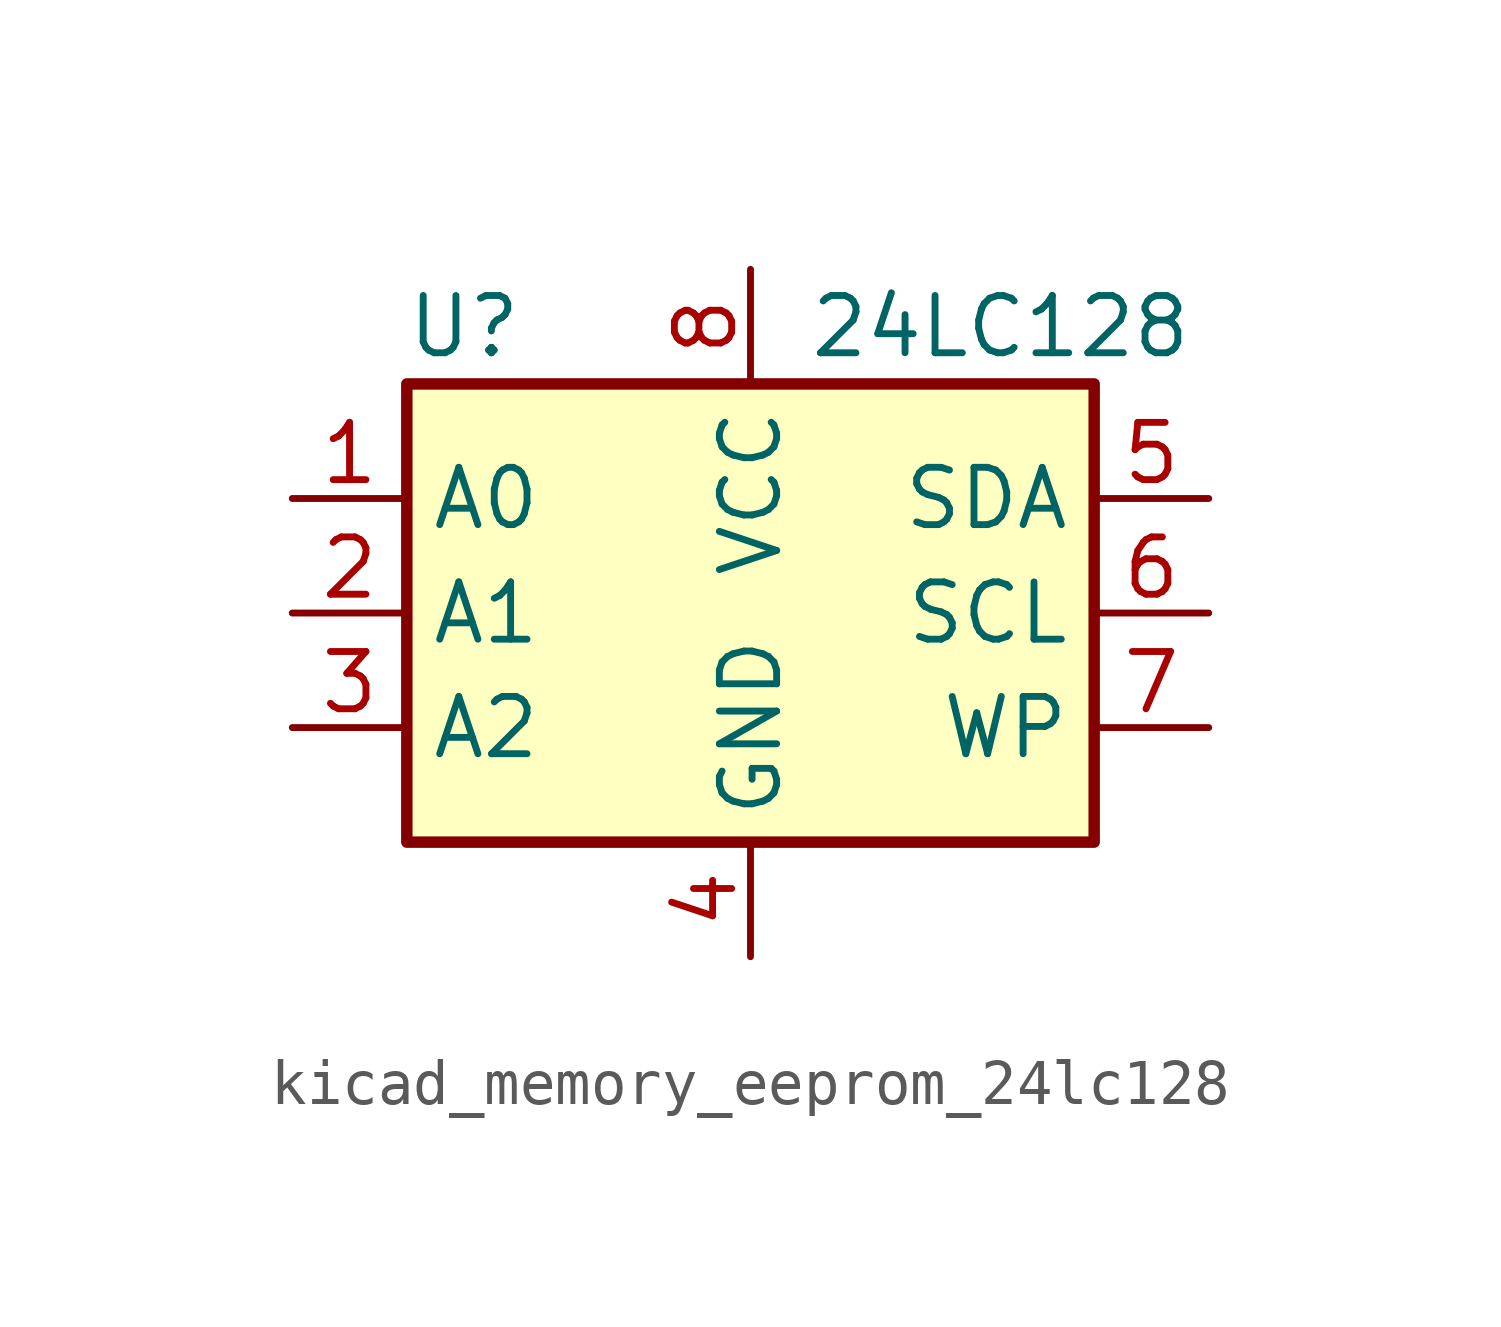
<source format=kicad_sym>
(kicad_symbol_lib
  (version 20220914)
  (generator kicad_symbol_editor)
  (symbol "kicad_memory_eeprom_24lc128"
    (property "Reference" "U"
      (at -6.35 6.35 0)
      (effects (font (size 1.27 1.27))))
    (property "Value" "24LC128"
      (at 1.27 6.35 0)
      (effects (font (size 1.27 1.27)) (justify left)))
    (symbol "kicad_memory_eeprom_24lc128_1_1"
      (rectangle (start -7.62 5.08) (end 7.62 -5.08) (stroke (width 0.254) (type default)) (fill (type background)))
      (pin input line (at -10.16 2.54 0) (length 2.54) (name "A0" (effects (font (size 1.27 1.27)))) (number "1" (effects (font (size 1.27 1.27)))))
      (pin input line (at -10.16 0 0) (length 2.54) (name "A1" (effects (font (size 1.27 1.27)))) (number "2" (effects (font (size 1.27 1.27)))))
      (pin input line (at -10.16 -2.54 0) (length 2.54) (name "A2" (effects (font (size 1.27 1.27)))) (number "3" (effects (font (size 1.27 1.27)))))
      (pin power_in line (at 0 -7.62 90) (length 2.54) (name "GND" (effects (font (size 1.27 1.27)))) (number "4" (effects (font (size 1.27 1.27)))))
      (pin bidirectional line (at 10.16 2.54 180) (length 2.54) (name "SDA" (effects (font (size 1.27 1.27)))) (number "5" (effects (font (size 1.27 1.27)))))
      (pin input line (at 10.16 0 180) (length 2.54) (name "SCL" (effects (font (size 1.27 1.27)))) (number "6" (effects (font (size 1.27 1.27)))))
      (pin input line (at 10.16 -2.54 180) (length 2.54) (name "WP" (effects (font (size 1.27 1.27)))) (number "7" (effects (font (size 1.27 1.27)))))
      (pin power_in line (at 0 7.62 270) (length 2.54) (name "VCC" (effects (font (size 1.27 1.27)))) (number "8" (effects (font (size 1.27 1.27))))))))
</source>
